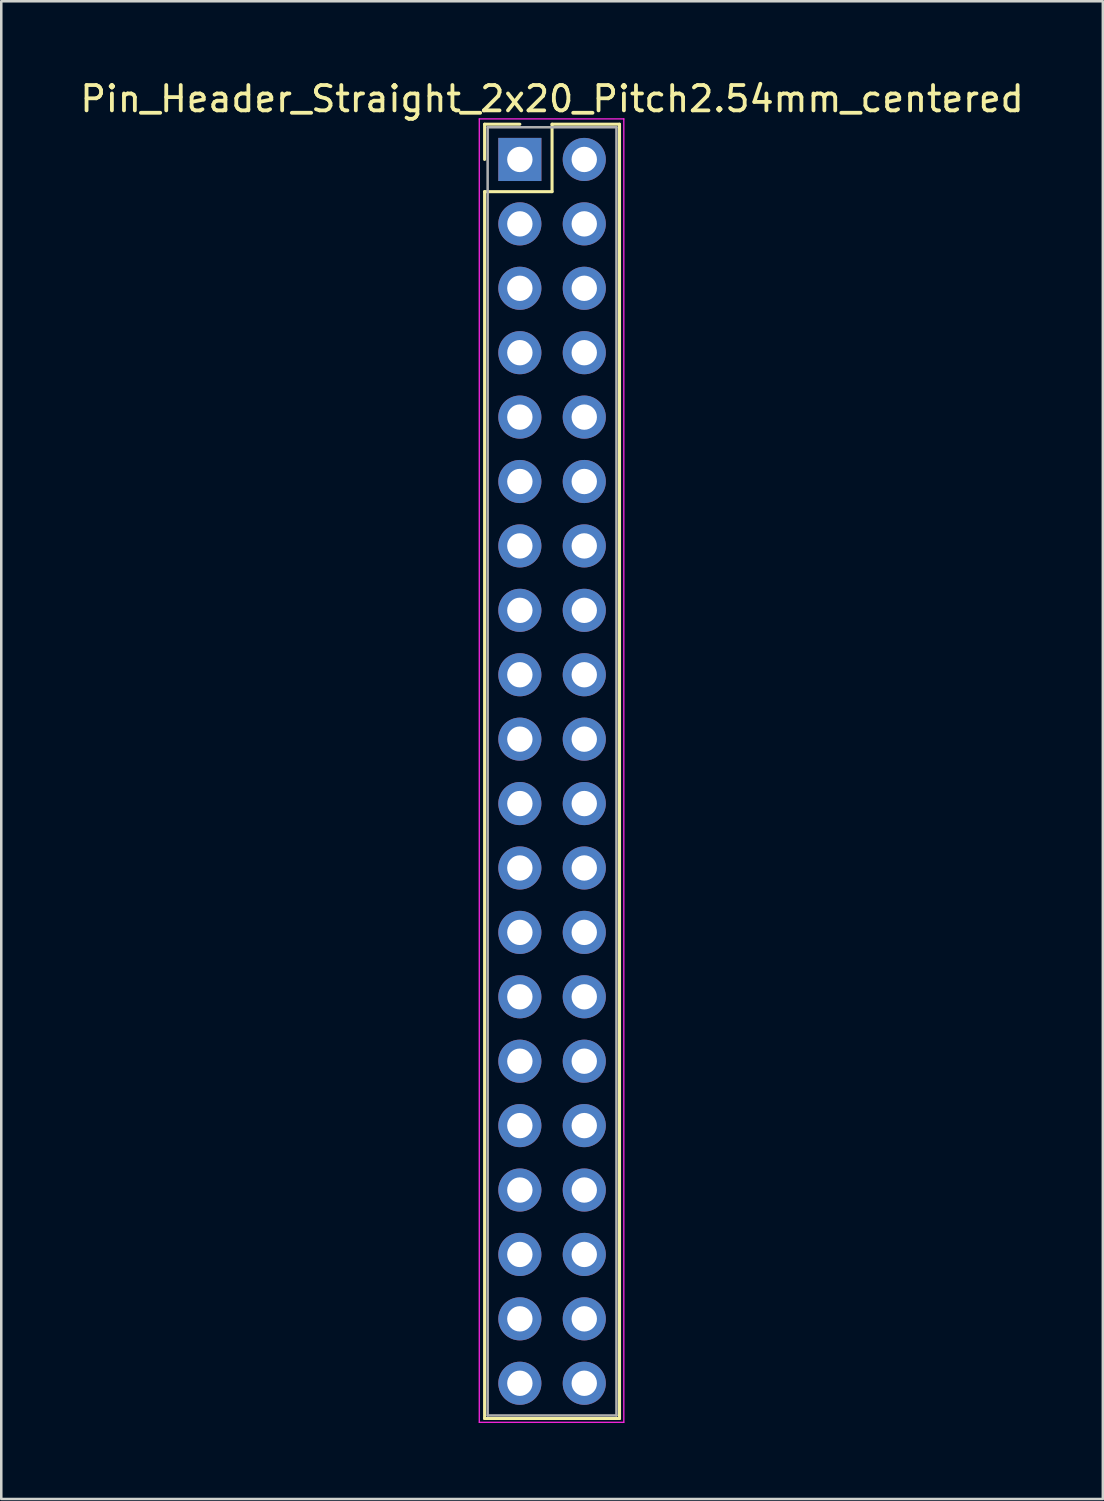
<source format=kicad_pcb>
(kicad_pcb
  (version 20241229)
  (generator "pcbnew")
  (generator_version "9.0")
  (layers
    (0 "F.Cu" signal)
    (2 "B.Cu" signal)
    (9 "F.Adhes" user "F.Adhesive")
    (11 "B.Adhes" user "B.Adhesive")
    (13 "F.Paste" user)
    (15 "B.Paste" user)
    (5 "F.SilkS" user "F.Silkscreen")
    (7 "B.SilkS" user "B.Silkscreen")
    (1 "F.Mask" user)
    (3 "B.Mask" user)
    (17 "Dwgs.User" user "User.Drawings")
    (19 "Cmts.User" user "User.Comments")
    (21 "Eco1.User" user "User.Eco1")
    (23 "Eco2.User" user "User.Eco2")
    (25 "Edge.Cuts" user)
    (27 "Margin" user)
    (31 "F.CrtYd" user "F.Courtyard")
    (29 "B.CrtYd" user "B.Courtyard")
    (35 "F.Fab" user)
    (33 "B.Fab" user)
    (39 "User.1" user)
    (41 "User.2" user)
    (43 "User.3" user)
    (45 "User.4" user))
  (footprint "Pin_Header_Straight_2x20_Pitch2.54mm_centered"
    (layer "F.Cu")
    (at 18.72 27.368)
    (property "Reference" "Pin_Header_Straight_2x20_Pitch2.54mm_centered" (at 0 -26.52 0) (layer "F.SilkS") (effects (font (size 1 1) (thickness 0.15))))
    (attr through_hole)
    (fp_line (start -2.66 -25.52) (end -1.27 -25.52) (stroke (width 0.12) (type solid)) (layer "F.SilkS"))
    (fp_line (start -2.66 -24.13) (end -2.66 -25.52) (stroke (width 0.12) (type solid)) (layer "F.SilkS"))
    (fp_line (start -2.66 -22.86) (end -2.66 25.52) (stroke (width 0.12) (type solid)) (layer "F.SilkS"))
    (fp_line (start -2.66 25.52) (end 2.66 25.52) (stroke (width 0.12) (type solid)) (layer "F.SilkS"))
    (fp_line (start 0 -25.52) (end 0 -22.86) (stroke (width 0.12) (type solid)) (layer "F.SilkS"))
    (fp_line (start 0 -22.86) (end -2.66 -22.86) (stroke (width 0.12) (type solid)) (layer "F.SilkS"))
    (fp_line (start 2.66 -25.52) (end 0 -25.52) (stroke (width 0.12) (type solid)) (layer "F.SilkS"))
    (fp_line (start 2.66 25.52) (end 2.66 -25.52) (stroke (width 0.12) (type solid)) (layer "F.SilkS"))
    (fp_line (start -2.87 -25.73) (end -2.87 25.67) (stroke (width 0.05) (type solid)) (layer "F.CrtYd"))
    (fp_line (start -2.87 25.67) (end 2.83 25.67) (stroke (width 0.05) (type solid)) (layer "F.CrtYd"))
    (fp_line (start 2.83 -25.73) (end -2.87 -25.73) (stroke (width 0.05) (type solid)) (layer "F.CrtYd"))
    (fp_line (start 2.83 25.67) (end 2.83 -25.73) (stroke (width 0.05) (type solid)) (layer "F.CrtYd"))
    (fp_line (start -2.54 -25.4) (end -2.54 25.4) (stroke (width 0.1) (type solid)) (layer "F.Fab"))
    (fp_line (start -2.54 25.4) (end 2.54 25.4) (stroke (width 0.1) (type solid)) (layer "F.Fab"))
    (fp_line (start 2.54 -25.4) (end -2.54 -25.4) (stroke (width 0.1) (type solid)) (layer "F.Fab"))
    (fp_line (start 2.54 25.4) (end 2.54 -25.4) (stroke (width 0.1) (type solid)) (layer "F.Fab"))
    (pad "1" thru_hole rect (at -1.27 -24.13) (size 1.7 1.7) (drill 1) (layers "*.Cu" "*.Mask"))
    (pad "2" thru_hole oval (at 1.27 -24.13) (size 1.7 1.7) (drill 1) (layers "*.Cu" "*.Mask"))
    (pad "3" thru_hole oval (at -1.27 -21.59) (size 1.7 1.7) (drill 1) (layers "*.Cu" "*.Mask"))
    (pad "4" thru_hole oval (at 1.27 -21.59) (size 1.7 1.7) (drill 1) (layers "*.Cu" "*.Mask"))
    (pad "5" thru_hole oval (at -1.27 -19.05) (size 1.7 1.7) (drill 1) (layers "*.Cu" "*.Mask"))
    (pad "6" thru_hole oval (at 1.27 -19.05) (size 1.7 1.7) (drill 1) (layers "*.Cu" "*.Mask"))
    (pad "7" thru_hole oval (at -1.27 -16.51) (size 1.7 1.7) (drill 1) (layers "*.Cu" "*.Mask"))
    (pad "8" thru_hole oval (at 1.27 -16.51) (size 1.7 1.7) (drill 1) (layers "*.Cu" "*.Mask"))
    (pad "9" thru_hole oval (at -1.27 -13.97) (size 1.7 1.7) (drill 1) (layers "*.Cu" "*.Mask"))
    (pad "10" thru_hole oval (at 1.27 -13.97) (size 1.7 1.7) (drill 1) (layers "*.Cu" "*.Mask"))
    (pad "11" thru_hole oval (at -1.27 -11.43) (size 1.7 1.7) (drill 1) (layers "*.Cu" "*.Mask"))
    (pad "12" thru_hole oval (at 1.27 -11.43) (size 1.7 1.7) (drill 1) (layers "*.Cu" "*.Mask"))
    (pad "13" thru_hole oval (at -1.27 -8.89) (size 1.7 1.7) (drill 1) (layers "*.Cu" "*.Mask"))
    (pad "14" thru_hole oval (at 1.27 -8.89) (size 1.7 1.7) (drill 1) (layers "*.Cu" "*.Mask"))
    (pad "15" thru_hole oval (at -1.27 -6.35) (size 1.7 1.7) (drill 1) (layers "*.Cu" "*.Mask"))
    (pad "16" thru_hole oval (at 1.27 -6.35) (size 1.7 1.7) (drill 1) (layers "*.Cu" "*.Mask"))
    (pad "17" thru_hole oval (at -1.27 -3.81) (size 1.7 1.7) (drill 1) (layers "*.Cu" "*.Mask"))
    (pad "18" thru_hole oval (at 1.27 -3.81) (size 1.7 1.7) (drill 1) (layers "*.Cu" "*.Mask"))
    (pad "19" thru_hole oval (at -1.27 -1.27) (size 1.7 1.7) (drill 1) (layers "*.Cu" "*.Mask"))
    (pad "20" thru_hole oval (at 1.27 -1.27) (size 1.7 1.7) (drill 1) (layers "*.Cu" "*.Mask"))
    (pad "21" thru_hole oval (at -1.27 1.27) (size 1.7 1.7) (drill 1) (layers "*.Cu" "*.Mask"))
    (pad "22" thru_hole oval (at 1.27 1.27) (size 1.7 1.7) (drill 1) (layers "*.Cu" "*.Mask"))
    (pad "23" thru_hole oval (at -1.27 3.81) (size 1.7 1.7) (drill 1) (layers "*.Cu" "*.Mask"))
    (pad "24" thru_hole oval (at 1.27 3.81) (size 1.7 1.7) (drill 1) (layers "*.Cu" "*.Mask"))
    (pad "25" thru_hole oval (at -1.27 6.35) (size 1.7 1.7) (drill 1) (layers "*.Cu" "*.Mask"))
    (pad "26" thru_hole oval (at 1.27 6.35) (size 1.7 1.7) (drill 1) (layers "*.Cu" "*.Mask"))
    (pad "27" thru_hole oval (at -1.27 8.89) (size 1.7 1.7) (drill 1) (layers "*.Cu" "*.Mask"))
    (pad "28" thru_hole oval (at 1.27 8.89) (size 1.7 1.7) (drill 1) (layers "*.Cu" "*.Mask"))
    (pad "29" thru_hole oval (at -1.27 11.43) (size 1.7 1.7) (drill 1) (layers "*.Cu" "*.Mask"))
    (pad "30" thru_hole oval (at 1.27 11.43) (size 1.7 1.7) (drill 1) (layers "*.Cu" "*.Mask"))
    (pad "31" thru_hole oval (at -1.27 13.97) (size 1.7 1.7) (drill 1) (layers "*.Cu" "*.Mask"))
    (pad "32" thru_hole oval (at 1.27 13.97) (size 1.7 1.7) (drill 1) (layers "*.Cu" "*.Mask"))
    (pad "33" thru_hole oval (at -1.27 16.51) (size 1.7 1.7) (drill 1) (layers "*.Cu" "*.Mask"))
    (pad "34" thru_hole oval (at 1.27 16.51) (size 1.7 1.7) (drill 1) (layers "*.Cu" "*.Mask"))
    (pad "35" thru_hole oval (at -1.27 19.05) (size 1.7 1.7) (drill 1) (layers "*.Cu" "*.Mask"))
    (pad "36" thru_hole oval (at 1.27 19.05) (size 1.7 1.7) (drill 1) (layers "*.Cu" "*.Mask"))
    (pad "37" thru_hole oval (at -1.27 21.59) (size 1.7 1.7) (drill 1) (layers "*.Cu" "*.Mask"))
    (pad "38" thru_hole oval (at 1.27 21.59) (size 1.7 1.7) (drill 1) (layers "*.Cu" "*.Mask"))
    (pad "39" thru_hole oval (at -1.27 24.13) (size 1.7 1.7) (drill 1) (layers "*.Cu" "*.Mask"))
    (pad "40" thru_hole oval (at 1.27 24.13) (size 1.7 1.7) (drill 1) (layers "*.Cu" "*.Mask")))
  (gr_rect
    (start -3 -3)
    (end 40.44 56.063)
    (stroke (width 0.1) (type default))
    (fill no)
    (layer "Edge.Cuts")))
</source>
